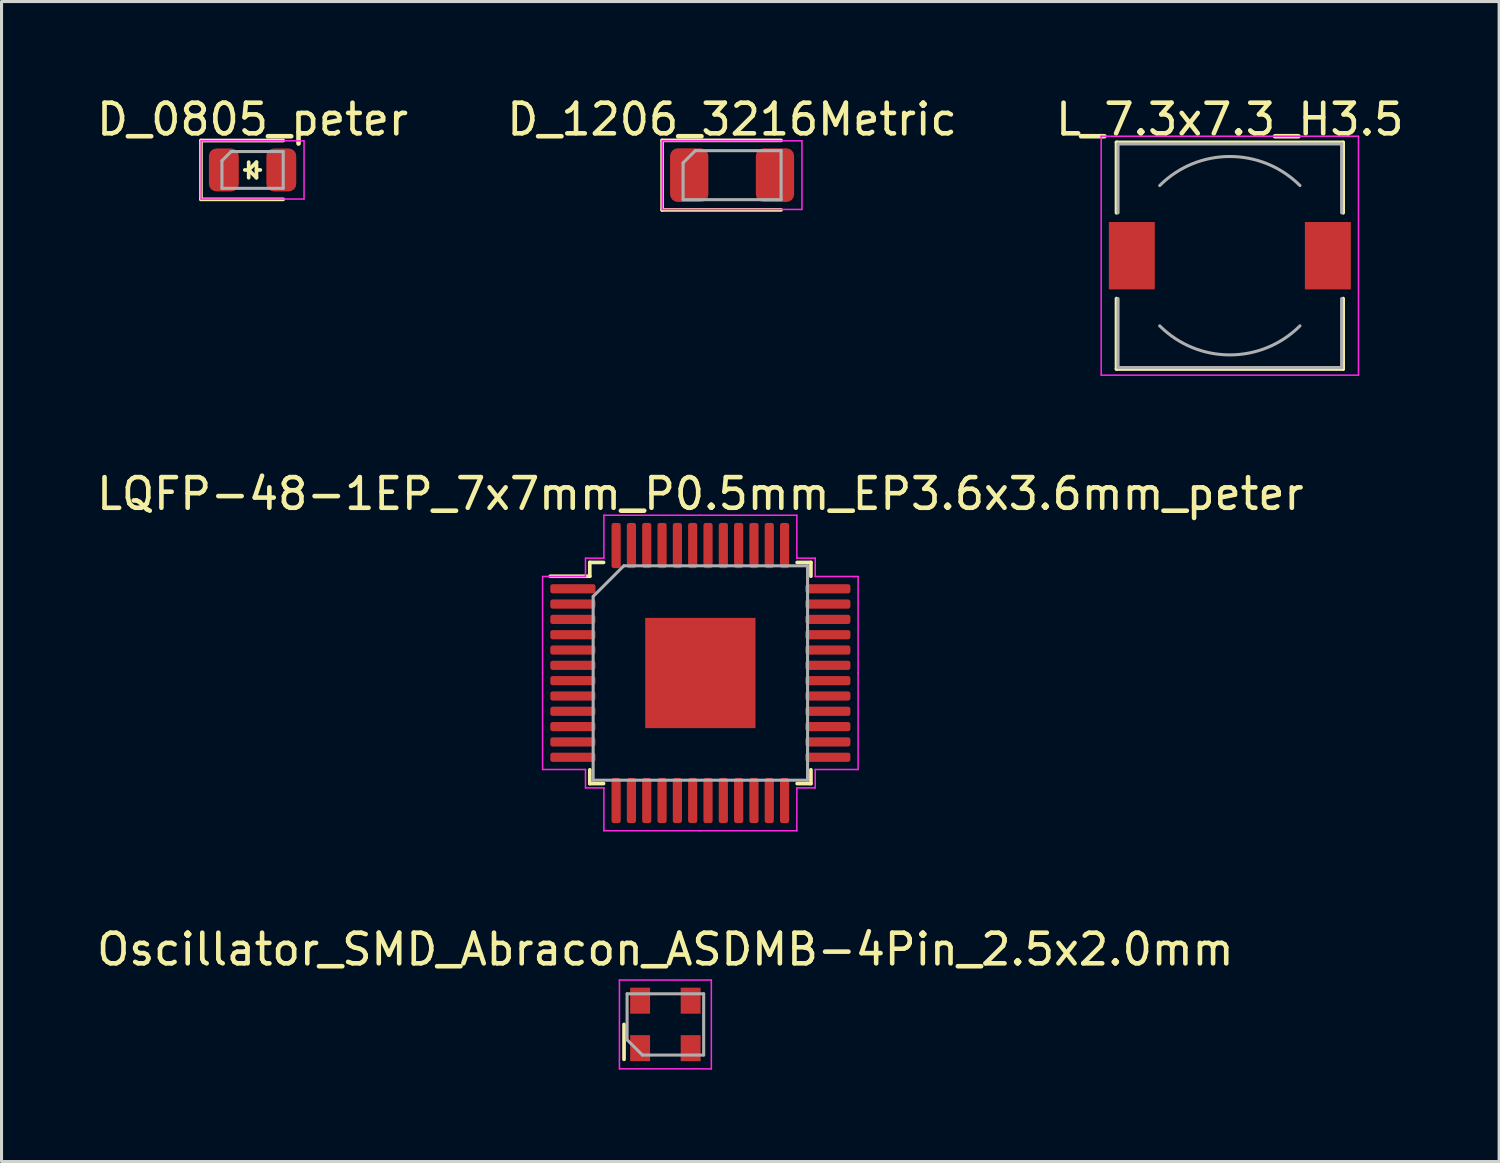
<source format=kicad_pcb>
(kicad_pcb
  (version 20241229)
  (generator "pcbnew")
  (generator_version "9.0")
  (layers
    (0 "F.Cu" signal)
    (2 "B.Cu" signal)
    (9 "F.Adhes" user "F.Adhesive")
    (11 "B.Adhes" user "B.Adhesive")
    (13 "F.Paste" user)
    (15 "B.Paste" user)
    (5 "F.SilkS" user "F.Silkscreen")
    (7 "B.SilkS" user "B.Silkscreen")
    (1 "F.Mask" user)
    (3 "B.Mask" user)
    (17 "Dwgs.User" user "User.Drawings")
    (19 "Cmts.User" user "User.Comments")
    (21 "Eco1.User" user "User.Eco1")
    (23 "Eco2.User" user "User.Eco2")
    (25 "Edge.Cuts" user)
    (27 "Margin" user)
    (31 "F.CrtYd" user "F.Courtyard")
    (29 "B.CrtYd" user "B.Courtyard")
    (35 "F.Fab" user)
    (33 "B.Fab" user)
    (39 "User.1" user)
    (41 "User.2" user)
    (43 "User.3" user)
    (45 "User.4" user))
  (footprint "LQFP-48-1EP_7x7mm_P0.5mm_EP3.6x3.6mm_peter"
    (layer "F.Cu")
    (at 19.815 18.922)
    (property "Reference" "LQFP-48-1EP_7x7mm_P0.5mm_EP3.6x3.6mm_peter" (at 0 -5.85 0) (layer "F.SilkS") (effects (font (size 1 1) (thickness 0.15))))
    (attr smd)
    (fp_line (start -3.61 -3.61) (end -3.61 -3.16) (stroke (width 0.12) (type solid)) (layer "F.SilkS"))
    (fp_line (start -3.61 -3.16) (end -4.9 -3.16) (stroke (width 0.12) (type solid)) (layer "F.SilkS"))
    (fp_line (start -3.61 3.61) (end -3.61 3.16) (stroke (width 0.12) (type solid)) (layer "F.SilkS"))
    (fp_line (start -3.16 -3.61) (end -3.61 -3.61) (stroke (width 0.12) (type solid)) (layer "F.SilkS"))
    (fp_line (start -3.16 3.61) (end -3.61 3.61) (stroke (width 0.12) (type solid)) (layer "F.SilkS"))
    (fp_line (start 3.16 -3.61) (end 3.61 -3.61) (stroke (width 0.12) (type solid)) (layer "F.SilkS"))
    (fp_line (start 3.16 3.61) (end 3.61 3.61) (stroke (width 0.12) (type solid)) (layer "F.SilkS"))
    (fp_line (start 3.61 -3.61) (end 3.61 -3.16) (stroke (width 0.12) (type solid)) (layer "F.SilkS"))
    (fp_line (start 3.61 3.61) (end 3.61 3.16) (stroke (width 0.12) (type solid)) (layer "F.SilkS"))
    (fp_line (start -5.15 -3.15) (end -5.15 0) (stroke (width 0.05) (type solid)) (layer "F.CrtYd"))
    (fp_line (start -5.15 3.15) (end -5.15 0) (stroke (width 0.05) (type solid)) (layer "F.CrtYd"))
    (fp_line (start -3.75 -3.75) (end -3.75 -3.15) (stroke (width 0.05) (type solid)) (layer "F.CrtYd"))
    (fp_line (start -3.75 -3.15) (end -5.15 -3.15) (stroke (width 0.05) (type solid)) (layer "F.CrtYd"))
    (fp_line (start -3.75 3.15) (end -5.15 3.15) (stroke (width 0.05) (type solid)) (layer "F.CrtYd"))
    (fp_line (start -3.75 3.75) (end -3.75 3.15) (stroke (width 0.05) (type solid)) (layer "F.CrtYd"))
    (fp_line (start -3.15 -5.15) (end -3.15 -3.75) (stroke (width 0.05) (type solid)) (layer "F.CrtYd"))
    (fp_line (start -3.15 -3.75) (end -3.75 -3.75) (stroke (width 0.05) (type solid)) (layer "F.CrtYd"))
    (fp_line (start -3.15 3.75) (end -3.75 3.75) (stroke (width 0.05) (type solid)) (layer "F.CrtYd"))
    (fp_line (start -3.15 5.15) (end -3.15 3.75) (stroke (width 0.05) (type solid)) (layer "F.CrtYd"))
    (fp_line (start 0 -5.15) (end -3.15 -5.15) (stroke (width 0.05) (type solid)) (layer "F.CrtYd"))
    (fp_line (start 0 -5.15) (end 3.15 -5.15) (stroke (width 0.05) (type solid)) (layer "F.CrtYd"))
    (fp_line (start 0 5.15) (end -3.15 5.15) (stroke (width 0.05) (type solid)) (layer "F.CrtYd"))
    (fp_line (start 0 5.15) (end 3.15 5.15) (stroke (width 0.05) (type solid)) (layer "F.CrtYd"))
    (fp_line (start 3.15 -5.15) (end 3.15 -3.75) (stroke (width 0.05) (type solid)) (layer "F.CrtYd"))
    (fp_line (start 3.15 -3.75) (end 3.75 -3.75) (stroke (width 0.05) (type solid)) (layer "F.CrtYd"))
    (fp_line (start 3.15 3.75) (end 3.75 3.75) (stroke (width 0.05) (type solid)) (layer "F.CrtYd"))
    (fp_line (start 3.15 5.15) (end 3.15 3.75) (stroke (width 0.05) (type solid)) (layer "F.CrtYd"))
    (fp_line (start 3.75 -3.75) (end 3.75 -3.15) (stroke (width 0.05) (type solid)) (layer "F.CrtYd"))
    (fp_line (start 3.75 -3.15) (end 5.15 -3.15) (stroke (width 0.05) (type solid)) (layer "F.CrtYd"))
    (fp_line (start 3.75 3.15) (end 5.15 3.15) (stroke (width 0.05) (type solid)) (layer "F.CrtYd"))
    (fp_line (start 3.75 3.75) (end 3.75 3.15) (stroke (width 0.05) (type solid)) (layer "F.CrtYd"))
    (fp_line (start 5.15 -3.15) (end 5.15 0) (stroke (width 0.05) (type solid)) (layer "F.CrtYd"))
    (fp_line (start 5.15 3.15) (end 5.15 0) (stroke (width 0.05) (type solid)) (layer "F.CrtYd"))
    (fp_line (start -3.5 -2.5) (end -2.5 -3.5) (stroke (width 0.1) (type solid)) (layer "F.Fab"))
    (fp_line (start -3.5 3.5) (end -3.5 -2.5) (stroke (width 0.1) (type solid)) (layer "F.Fab"))
    (fp_line (start -2.5 -3.5) (end 3.5 -3.5) (stroke (width 0.1) (type solid)) (layer "F.Fab"))
    (fp_line (start 3.5 -3.5) (end 3.5 3.5) (stroke (width 0.1) (type solid)) (layer "F.Fab"))
    (fp_line (start 3.5 3.5) (end -3.5 3.5) (stroke (width 0.1) (type solid)) (layer "F.Fab"))
    (pad "" smd roundrect (at -1.2 -1.2) (size 0.97 0.97) (layers "F.Paste") (roundrect_rratio 0.25))
    (pad "" smd roundrect (at -1.2 0) (size 0.97 0.97) (layers "F.Paste") (roundrect_rratio 0.25))
    (pad "" smd roundrect (at -1.2 1.2) (size 0.97 0.97) (layers "F.Paste") (roundrect_rratio 0.25))
    (pad "" smd roundrect (at 0 -1.2) (size 0.97 0.97) (layers "F.Paste") (roundrect_rratio 0.25))
    (pad "" smd roundrect (at 0 0) (size 0.97 0.97) (layers "F.Paste") (roundrect_rratio 0.25))
    (pad "" smd roundrect (at 0 1.2) (size 0.97 0.97) (layers "F.Paste") (roundrect_rratio 0.25))
    (pad "" smd roundrect (at 1.2 -1.2) (size 0.97 0.97) (layers "F.Paste") (roundrect_rratio 0.25))
    (pad "" smd roundrect (at 1.2 0) (size 0.97 0.97) (layers "F.Paste") (roundrect_rratio 0.25))
    (pad "" smd roundrect (at 1.2 1.2) (size 0.97 0.97) (layers "F.Paste") (roundrect_rratio 0.25))
    (pad "1" smd roundrect (at -4.162 -2.75) (size 1.475 0.3) (layers "F.Cu" "F.Mask" "F.Paste") (roundrect_rratio 0.25))
    (pad "2" smd roundrect (at -4.162 -2.25) (size 1.475 0.3) (layers "F.Cu" "F.Mask" "F.Paste") (roundrect_rratio 0.25))
    (pad "3" smd roundrect (at -4.162 -1.75) (size 1.475 0.3) (layers "F.Cu" "F.Mask" "F.Paste") (roundrect_rratio 0.25))
    (pad "4" smd roundrect (at -4.162 -1.25) (size 1.475 0.3) (layers "F.Cu" "F.Mask" "F.Paste") (roundrect_rratio 0.25))
    (pad "5" smd roundrect (at -4.162 -0.75) (size 1.475 0.3) (layers "F.Cu" "F.Mask" "F.Paste") (roundrect_rratio 0.25))
    (pad "6" smd roundrect (at -4.162 -0.25) (size 1.475 0.3) (layers "F.Cu" "F.Mask" "F.Paste") (roundrect_rratio 0.25))
    (pad "7" smd roundrect (at -4.162 0.25) (size 1.475 0.3) (layers "F.Cu" "F.Mask" "F.Paste") (roundrect_rratio 0.25))
    (pad "8" smd roundrect (at -4.162 0.75) (size 1.475 0.3) (layers "F.Cu" "F.Mask" "F.Paste") (roundrect_rratio 0.25))
    (pad "9" smd roundrect (at -4.162 1.25) (size 1.475 0.3) (layers "F.Cu" "F.Mask" "F.Paste") (roundrect_rratio 0.25))
    (pad "10" smd roundrect (at -4.162 1.75) (size 1.475 0.3) (layers "F.Cu" "F.Mask" "F.Paste") (roundrect_rratio 0.25))
    (pad "11" smd roundrect (at -4.162 2.25) (size 1.475 0.3) (layers "F.Cu" "F.Mask" "F.Paste") (roundrect_rratio 0.25))
    (pad "12" smd roundrect (at -4.162 2.75) (size 1.475 0.3) (layers "F.Cu" "F.Mask" "F.Paste") (roundrect_rratio 0.25))
    (pad "13" smd roundrect (at -2.75 4.162) (size 0.3 1.475) (layers "F.Cu" "F.Mask" "F.Paste") (roundrect_rratio 0.25))
    (pad "14" smd roundrect (at -2.25 4.162) (size 0.3 1.475) (layers "F.Cu" "F.Mask" "F.Paste") (roundrect_rratio 0.25))
    (pad "15" smd roundrect (at -1.75 4.162) (size 0.3 1.475) (layers "F.Cu" "F.Mask" "F.Paste") (roundrect_rratio 0.25))
    (pad "16" smd roundrect (at -1.25 4.162) (size 0.3 1.475) (layers "F.Cu" "F.Mask" "F.Paste") (roundrect_rratio 0.25))
    (pad "17" smd roundrect (at -0.75 4.162) (size 0.3 1.475) (layers "F.Cu" "F.Mask" "F.Paste") (roundrect_rratio 0.25))
    (pad "18" smd roundrect (at -0.25 4.162) (size 0.3 1.475) (layers "F.Cu" "F.Mask" "F.Paste") (roundrect_rratio 0.25))
    (pad "19" smd roundrect (at 0.25 4.162) (size 0.3 1.475) (layers "F.Cu" "F.Mask" "F.Paste") (roundrect_rratio 0.25))
    (pad "20" smd roundrect (at 0.75 4.162) (size 0.3 1.475) (layers "F.Cu" "F.Mask" "F.Paste") (roundrect_rratio 0.25))
    (pad "21" smd roundrect (at 1.25 4.162) (size 0.3 1.475) (layers "F.Cu" "F.Mask" "F.Paste") (roundrect_rratio 0.25))
    (pad "22" smd roundrect (at 1.75 4.162) (size 0.3 1.475) (layers "F.Cu" "F.Mask" "F.Paste") (roundrect_rratio 0.25))
    (pad "23" smd roundrect (at 2.25 4.162) (size 0.3 1.475) (layers "F.Cu" "F.Mask" "F.Paste") (roundrect_rratio 0.25))
    (pad "24" smd roundrect (at 2.75 4.162) (size 0.3 1.475) (layers "F.Cu" "F.Mask" "F.Paste") (roundrect_rratio 0.25))
    (pad "25" smd roundrect (at 4.162 2.75) (size 1.475 0.3) (layers "F.Cu" "F.Mask" "F.Paste") (roundrect_rratio 0.25))
    (pad "26" smd roundrect (at 4.162 2.25) (size 1.475 0.3) (layers "F.Cu" "F.Mask" "F.Paste") (roundrect_rratio 0.25))
    (pad "27" smd roundrect (at 4.162 1.75) (size 1.475 0.3) (layers "F.Cu" "F.Mask" "F.Paste") (roundrect_rratio 0.25))
    (pad "28" smd roundrect (at 4.162 1.25) (size 1.475 0.3) (layers "F.Cu" "F.Mask" "F.Paste") (roundrect_rratio 0.25))
    (pad "29" smd roundrect (at 4.162 0.75) (size 1.475 0.3) (layers "F.Cu" "F.Mask" "F.Paste") (roundrect_rratio 0.25))
    (pad "30" smd roundrect (at 4.162 0.25) (size 1.475 0.3) (layers "F.Cu" "F.Mask" "F.Paste") (roundrect_rratio 0.25))
    (pad "31" smd roundrect (at 4.162 -0.25) (size 1.475 0.3) (layers "F.Cu" "F.Mask" "F.Paste") (roundrect_rratio 0.25))
    (pad "32" smd roundrect (at 4.162 -0.75) (size 1.475 0.3) (layers "F.Cu" "F.Mask" "F.Paste") (roundrect_rratio 0.25))
    (pad "33" smd roundrect (at 4.162 -1.25) (size 1.475 0.3) (layers "F.Cu" "F.Mask" "F.Paste") (roundrect_rratio 0.25))
    (pad "34" smd roundrect (at 4.162 -1.75) (size 1.475 0.3) (layers "F.Cu" "F.Mask" "F.Paste") (roundrect_rratio 0.25))
    (pad "35" smd roundrect (at 4.162 -2.25) (size 1.475 0.3) (layers "F.Cu" "F.Mask" "F.Paste") (roundrect_rratio 0.25))
    (pad "36" smd roundrect (at 4.162 -2.75) (size 1.475 0.3) (layers "F.Cu" "F.Mask" "F.Paste") (roundrect_rratio 0.25))
    (pad "37" smd roundrect (at 2.75 -4.162) (size 0.3 1.475) (layers "F.Cu" "F.Mask" "F.Paste") (roundrect_rratio 0.25))
    (pad "38" smd roundrect (at 2.25 -4.162) (size 0.3 1.475) (layers "F.Cu" "F.Mask" "F.Paste") (roundrect_rratio 0.25))
    (pad "39" smd roundrect (at 1.75 -4.162) (size 0.3 1.475) (layers "F.Cu" "F.Mask" "F.Paste") (roundrect_rratio 0.25))
    (pad "40" smd roundrect (at 1.25 -4.162) (size 0.3 1.475) (layers "F.Cu" "F.Mask" "F.Paste") (roundrect_rratio 0.25))
    (pad "41" smd roundrect (at 0.75 -4.162) (size 0.3 1.475) (layers "F.Cu" "F.Mask" "F.Paste") (roundrect_rratio 0.25))
    (pad "42" smd roundrect (at 0.25 -4.162) (size 0.3 1.475) (layers "F.Cu" "F.Mask" "F.Paste") (roundrect_rratio 0.25))
    (pad "43" smd roundrect (at -0.25 -4.162) (size 0.3 1.475) (layers "F.Cu" "F.Mask" "F.Paste") (roundrect_rratio 0.25))
    (pad "44" smd roundrect (at -0.75 -4.162) (size 0.3 1.475) (layers "F.Cu" "F.Mask" "F.Paste") (roundrect_rratio 0.25))
    (pad "45" smd roundrect (at -1.25 -4.162) (size 0.3 1.475) (layers "F.Cu" "F.Mask" "F.Paste") (roundrect_rratio 0.25))
    (pad "46" smd roundrect (at -1.75 -4.162) (size 0.3 1.475) (layers "F.Cu" "F.Mask" "F.Paste") (roundrect_rratio 0.25))
    (pad "47" smd roundrect (at -2.25 -4.162) (size 0.3 1.475) (layers "F.Cu" "F.Mask" "F.Paste") (roundrect_rratio 0.25))
    (pad "48" smd roundrect (at -2.75 -4.162) (size 0.3 1.475) (layers "F.Cu" "F.Mask" "F.Paste") (roundrect_rratio 0.25))
    (pad "EPAD" smd rect (at 0 0) (size 3.6 3.6) (layers "F.Cu" "F.Mask")))
  (footprint "L_7.3x7.3_H3.5"
    (layer "F.Cu")
    (at 37.101 5.298)
    (property "Reference" "L_7.3x7.3_H3.5" (at 0 -4.45 180) (layer "F.SilkS") (effects (font (size 1 1) (thickness 0.15))))
    (attr smd)
    (fp_line (start -3.7 -3.7) (end 3.7 -3.7) (stroke (width 0.12) (type solid)) (layer "F.SilkS"))
    (fp_line (start -3.7 -1.4) (end -3.7 -3.7) (stroke (width 0.12) (type solid)) (layer "F.SilkS"))
    (fp_line (start -3.7 3.7) (end -3.7 1.4) (stroke (width 0.12) (type solid)) (layer "F.SilkS"))
    (fp_line (start 3.7 -3.7) (end 3.7 -1.4) (stroke (width 0.12) (type solid)) (layer "F.SilkS"))
    (fp_line (start 3.7 1.4) (end 3.7 3.7) (stroke (width 0.12) (type solid)) (layer "F.SilkS"))
    (fp_line (start 3.7 3.7) (end -3.7 3.7) (stroke (width 0.12) (type solid)) (layer "F.SilkS"))
    (fp_line (start -4.2 -3.9) (end -4.2 3.9) (stroke (width 0.05) (type solid)) (layer "F.CrtYd"))
    (fp_line (start -4.2 3.9) (end 4.2 3.9) (stroke (width 0.05) (type solid)) (layer "F.CrtYd"))
    (fp_line (start 4.2 -3.9) (end -4.2 -3.9) (stroke (width 0.05) (type solid)) (layer "F.CrtYd"))
    (fp_line (start 4.2 3.9) (end 4.2 -3.9) (stroke (width 0.05) (type solid)) (layer "F.CrtYd"))
    (fp_line (start -3.65 -3.65) (end -3.65 -1.4) (stroke (width 0.1) (type solid)) (layer "F.Fab"))
    (fp_line (start -3.65 -3.65) (end 3.65 -3.65) (stroke (width 0.1) (type solid)) (layer "F.Fab"))
    (fp_line (start -3.65 3.65) (end -3.65 1.4) (stroke (width 0.1) (type solid)) (layer "F.Fab"))
    (fp_line (start 3.65 -3.65) (end 3.65 -1.4) (stroke (width 0.1) (type solid)) (layer "F.Fab"))
    (fp_line (start 3.65 3.65) (end -3.65 3.65) (stroke (width 0.1) (type solid)) (layer "F.Fab"))
    (fp_line (start 3.65 3.65) (end 3.65 1.4) (stroke (width 0.1) (type solid)) (layer "F.Fab"))
    (fp_arc (start -2.29 -2.29) (mid 0 -3.238549) (end 2.29 -2.29) (stroke (width 0.1) (type solid)) (layer "F.Fab"))
    (fp_arc (start 2.29 2.29) (mid 0 3.238549) (end -2.29 2.29) (stroke (width 0.1) (type solid)) (layer "F.Fab"))
    (pad "1" smd rect (at -3.2 0) (size 1.5 2.2) (layers "F.Cu" "F.Mask" "F.Paste"))
    (pad "2" smd rect (at 3.2 0) (size 1.5 2.2) (layers "F.Cu" "F.Mask" "F.Paste")))
  (footprint "D_0805_peter"
    (layer "F.Cu")
    (at 5.196 2.498)
    (property "Reference" "D_0805_peter" (at 0 -1.65 0) (layer "F.SilkS") (effects (font (size 1 1) (thickness 0.15))))
    (attr smd)
    (fp_line (start -1.685 -0.96) (end -1.685 0.96) (stroke (width 0.12) (type solid)) (layer "F.SilkS"))
    (fp_line (start -1.685 0.96) (end 1 0.96) (stroke (width 0.12) (type solid)) (layer "F.SilkS"))
    (fp_line (start -0.254 0) (end -0.127 0) (stroke (width 0.12) (type solid)) (layer "F.SilkS"))
    (fp_line (start -0.127 0) (end -0.127 -0.254) (stroke (width 0.12) (type solid)) (layer "F.SilkS"))
    (fp_line (start -0.127 0) (end -0.127 0.254) (stroke (width 0.12) (type solid)) (layer "F.SilkS"))
    (fp_line (start -0.127 0) (end 0.127 -0.254) (stroke (width 0.12) (type solid)) (layer "F.SilkS"))
    (fp_line (start 0.127 -0.254) (end 0.127 0.254) (stroke (width 0.12) (type solid)) (layer "F.SilkS"))
    (fp_line (start 0.127 0) (end 0.254 0) (stroke (width 0.12) (type solid)) (layer "F.SilkS"))
    (fp_line (start 0.127 0.254) (end -0.127 0) (stroke (width 0.12) (type solid)) (layer "F.SilkS"))
    (fp_line (start 1 -0.96) (end -1.685 -0.96) (stroke (width 0.12) (type solid)) (layer "F.SilkS"))
    (fp_line (start -1.68 -0.95) (end 1.68 -0.95) (stroke (width 0.05) (type solid)) (layer "F.CrtYd"))
    (fp_line (start -1.68 0.95) (end -1.68 -0.95) (stroke (width 0.05) (type solid)) (layer "F.CrtYd"))
    (fp_line (start 1.68 -0.95) (end 1.68 0.95) (stroke (width 0.05) (type solid)) (layer "F.CrtYd"))
    (fp_line (start 1.68 0.95) (end -1.68 0.95) (stroke (width 0.05) (type solid)) (layer "F.CrtYd"))
    (fp_line (start -1 -0.3) (end -1 0.6) (stroke (width 0.1) (type solid)) (layer "F.Fab"))
    (fp_line (start -1 0.6) (end 1 0.6) (stroke (width 0.1) (type solid)) (layer "F.Fab"))
    (fp_line (start -0.7 -0.6) (end -1 -0.3) (stroke (width 0.1) (type solid)) (layer "F.Fab"))
    (fp_line (start 1 -0.6) (end -0.7 -0.6) (stroke (width 0.1) (type solid)) (layer "F.Fab"))
    (fp_line (start 1 0.6) (end 1 -0.6) (stroke (width 0.1) (type solid)) (layer "F.Fab"))
    (pad "1" smd roundrect (at -0.938 0) (size 0.975 1.4) (layers "F.Cu" "F.Mask" "F.Paste") (roundrect_rratio 0.25))
    (pad "2" smd roundrect (at 0.938 0) (size 0.975 1.4) (layers "F.Cu" "F.Mask" "F.Paste") (roundrect_rratio 0.25)))
  (footprint "Oscillator_SMD_Abracon_ASDMB-4Pin_2.5x2.0mm"
    (layer "F.Cu")
    (at 18.673 30.395)
    (property "Reference" "Oscillator_SMD_Abracon_ASDMB-4Pin_2.5x2.0mm" (at 0 -2.45 180) (layer "F.SilkS") (effects (font (size 1 1) (thickness 0.15))))
    (attr smd)
    (fp_line (start -1.35 0) (end -1.35 1.14) (stroke (width 0.12) (type solid)) (layer "F.SilkS"))
    (fp_line (start -1.5 -1.45) (end -1.5 1.45) (stroke (width 0.05) (type solid)) (layer "F.CrtYd"))
    (fp_line (start -1.5 1.45) (end 1.5 1.45) (stroke (width 0.05) (type solid)) (layer "F.CrtYd"))
    (fp_line (start 1.5 -1.45) (end -1.5 -1.45) (stroke (width 0.05) (type solid)) (layer "F.CrtYd"))
    (fp_line (start 1.5 1.45) (end 1.5 -1.45) (stroke (width 0.05) (type solid)) (layer "F.CrtYd"))
    (fp_line (start -1.25 -1) (end 1.25 -1) (stroke (width 0.1) (type solid)) (layer "F.Fab"))
    (fp_line (start -1.25 0.5) (end -1.25 -1) (stroke (width 0.1) (type solid)) (layer "F.Fab"))
    (fp_line (start -1.25 0.5) (end -0.75 1) (stroke (width 0.1) (type solid)) (layer "F.Fab"))
    (fp_line (start 1.25 -1) (end 1.25 1) (stroke (width 0.1) (type solid)) (layer "F.Fab"))
    (fp_line (start 1.25 1) (end -0.75 1) (stroke (width 0.1) (type solid)) (layer "F.Fab"))
    (pad "1" smd rect (at -0.825 0.775) (size 0.65 0.85) (layers "F.Cu" "F.Mask" "F.Paste"))
    (pad "2" smd rect (at 0.825 0.775) (size 0.65 0.85) (layers "F.Cu" "F.Mask" "F.Paste"))
    (pad "3" smd rect (at 0.825 -0.775) (size 0.65 0.85) (layers "F.Cu" "F.Mask" "F.Paste"))
    (pad "4" smd rect (at -0.825 -0.775) (size 0.65 0.85) (layers "F.Cu" "F.Mask" "F.Paste")))
  (footprint "D_1206_3216Metric"
    (layer "F.Cu")
    (at 20.851 2.668)
    (property "Reference" "D_1206_3216Metric" (at 0 -1.82 0) (layer "F.SilkS") (effects (font (size 1 1) (thickness 0.15))))
    (attr smd)
    (fp_line (start -2.285 -1.135) (end -2.285 1.135) (stroke (width 0.12) (type solid)) (layer "F.SilkS"))
    (fp_line (start -2.285 1.135) (end 1.6 1.135) (stroke (width 0.12) (type solid)) (layer "F.SilkS"))
    (fp_line (start 1.6 -1.135) (end -2.285 -1.135) (stroke (width 0.12) (type solid)) (layer "F.SilkS"))
    (fp_line (start -2.28 -1.12) (end 2.28 -1.12) (stroke (width 0.05) (type solid)) (layer "F.CrtYd"))
    (fp_line (start -2.28 1.12) (end -2.28 -1.12) (stroke (width 0.05) (type solid)) (layer "F.CrtYd"))
    (fp_line (start 2.28 -1.12) (end 2.28 1.12) (stroke (width 0.05) (type solid)) (layer "F.CrtYd"))
    (fp_line (start 2.28 1.12) (end -2.28 1.12) (stroke (width 0.05) (type solid)) (layer "F.CrtYd"))
    (fp_line (start -1.6 -0.4) (end -1.6 0.8) (stroke (width 0.1) (type solid)) (layer "F.Fab"))
    (fp_line (start -1.6 0.8) (end 1.6 0.8) (stroke (width 0.1) (type solid)) (layer "F.Fab"))
    (fp_line (start -1.2 -0.8) (end -1.6 -0.4) (stroke (width 0.1) (type solid)) (layer "F.Fab"))
    (fp_line (start 1.6 -0.8) (end -1.2 -0.8) (stroke (width 0.1) (type solid)) (layer "F.Fab"))
    (fp_line (start 1.6 0.8) (end 1.6 -0.8) (stroke (width 0.1) (type solid)) (layer "F.Fab"))
    (pad "1" smd roundrect (at -1.4 0) (size 1.25 1.75) (layers "F.Cu" "F.Mask" "F.Paste") (roundrect_rratio 0.2))
    (pad "2" smd roundrect (at 1.4 0) (size 1.25 1.75) (layers "F.Cu" "F.Mask" "F.Paste") (roundrect_rratio 0.2)))
  (gr_rect
    (start -3 -3)
    (end 45.893 34.87)
    (stroke (width 0.1) (type default))
    (fill no)
    (layer "Edge.Cuts")))
</source>
